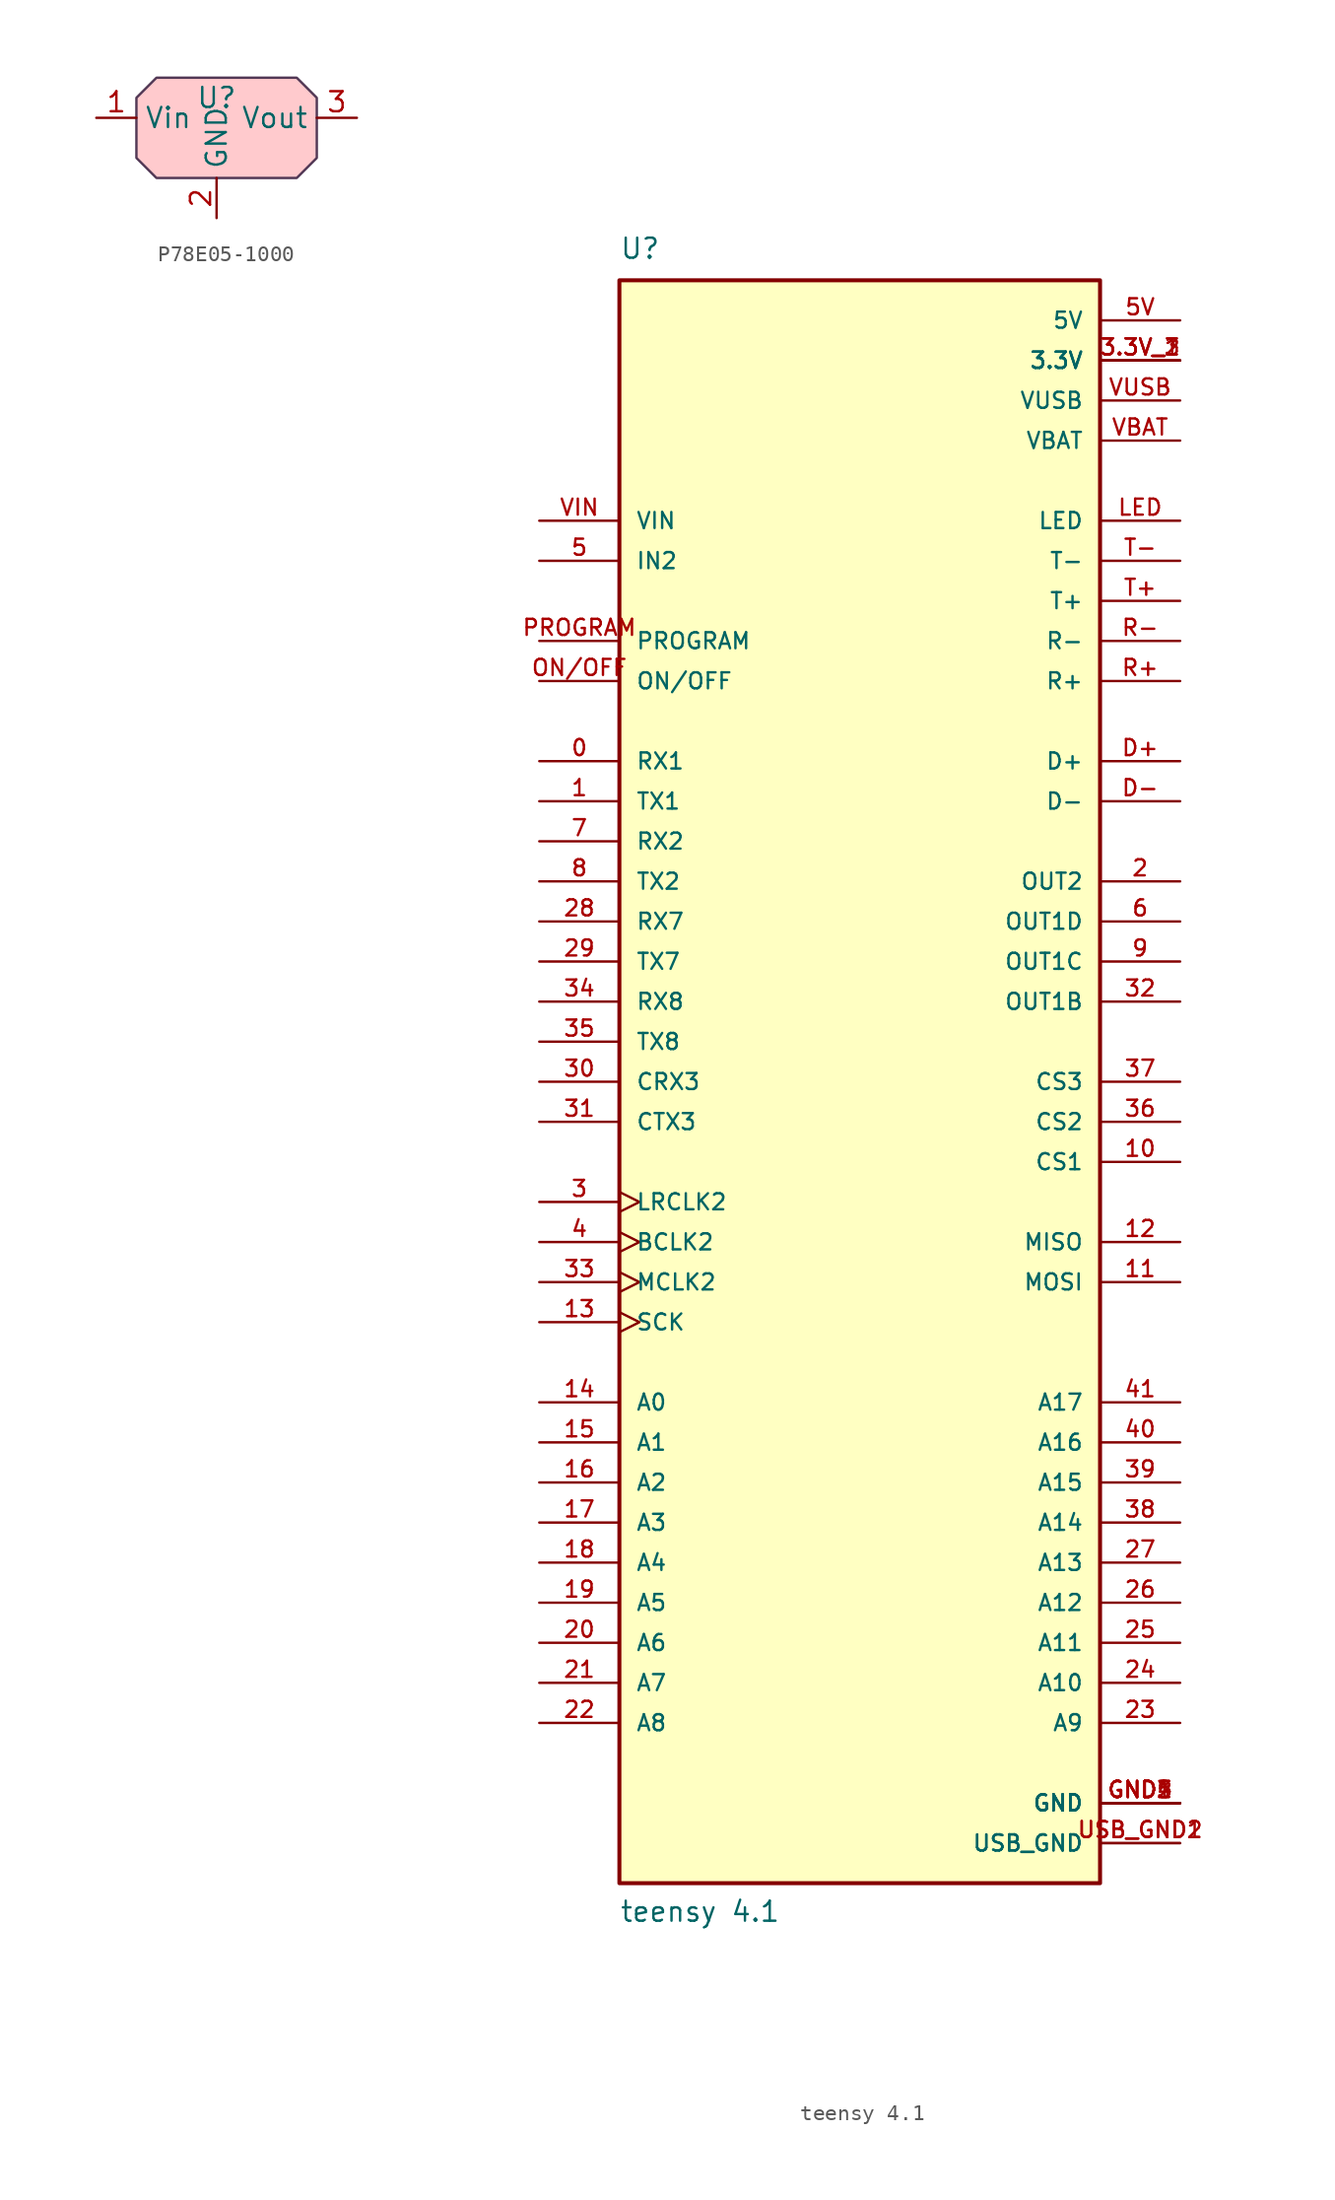
<source format=kicad_sym>
(kicad_symbol_lib
  (version 20220914)
  (generator kicad_symbol_editor)
  (symbol "P78E05-1000"
    (property "Reference" "U"
      (at 0 1.27 0)
      (effects (font (size 1.27 1.27))))
    (property "Value" ""
      (at -1.27 0 0)
      (effects (font (size 1.27 1.27))))
    (symbol "P78E05-1000_1_1"
      (polyline (pts (xy -5.08 0) (xy -5.08 -2.54) (xy -3.81 -3.81) (xy 5.08 -3.81) (xy 6.35 -2.54) (xy 6.35 1.27) (xy 5.08 2.54) (xy -3.81 2.54) (xy -5.08 1.27) (xy -5.08 0)) (stroke (width 0) (type default) (color 82 56 85 1)) (fill (type color) (color 255 157 163 0.54)))
      (pin input line (at -7.62 0 0) (length 2.54) (name "Vin" (effects (font (size 1.27 1.27)))) (number "1" (effects (font (size 1.27 1.27)))))
      (pin input line (at 0 -6.35 90) (length 2.54) (name "GND" (effects (font (size 1.27 1.27)))) (number "2" (effects (font (size 1.27 1.27)))))
      (pin input line (at 8.89 0 180) (length 2.54) (name "Vout" (effects (font (size 1.27 1.27)))) (number "3" (effects (font (size 1.27 1.27)))))))
  (symbol "teensy 4.1"
    (pin_names
      (offset 1.016))
    (property "Reference" "U"
      (at -15.24 52.07 0)
      (effects (font (size 1.27 1.27)) (justify left bottom)))
    (property "Value" "teensy 4.1"
      (at -15.24 -53.34 0)
      (effects (font (size 1.27 1.27)) (justify left bottom)))
    (symbol "teensy 4.1_0_0"
      (rectangle (start -15.24 -50.8) (end 15.24 50.8) (stroke (width 0.254) (type default)) (fill (type background)))
      (pin bidirectional line (at -20.32 20.32 0) (length 5.08) (name "RX1" (effects (font (size 1.016 1.016)))) (number "0" (effects (font (size 1.016 1.016)))))
      (pin bidirectional line (at -20.32 17.78 0) (length 5.08) (name "TX1" (effects (font (size 1.016 1.016)))) (number "1" (effects (font (size 1.016 1.016)))))
      (pin bidirectional line (at 20.32 -5.08 180) (length 5.08) (name "CS1" (effects (font (size 1.016 1.016)))) (number "10" (effects (font (size 1.016 1.016)))))
      (pin bidirectional line (at 20.32 -12.7 180) (length 5.08) (name "MOSI" (effects (font (size 1.016 1.016)))) (number "11" (effects (font (size 1.016 1.016)))))
      (pin bidirectional line (at 20.32 -10.16 180) (length 5.08) (name "MISO" (effects (font (size 1.016 1.016)))) (number "12" (effects (font (size 1.016 1.016)))))
      (pin bidirectional clock (at -20.32 -15.24 0) (length 5.08) (name "SCK" (effects (font (size 1.016 1.016)))) (number "13" (effects (font (size 1.016 1.016)))))
      (pin bidirectional line (at -20.32 -20.32 0) (length 5.08) (name "A0" (effects (font (size 1.016 1.016)))) (number "14" (effects (font (size 1.016 1.016)))))
      (pin bidirectional line (at -20.32 -22.86 0) (length 5.08) (name "A1" (effects (font (size 1.016 1.016)))) (number "15" (effects (font (size 1.016 1.016)))))
      (pin bidirectional line (at -20.32 -25.4 0) (length 5.08) (name "A2" (effects (font (size 1.016 1.016)))) (number "16" (effects (font (size 1.016 1.016)))))
      (pin bidirectional line (at -20.32 -27.94 0) (length 5.08) (name "A3" (effects (font (size 1.016 1.016)))) (number "17" (effects (font (size 1.016 1.016)))))
      (pin bidirectional line (at -20.32 -30.48 0) (length 5.08) (name "A4" (effects (font (size 1.016 1.016)))) (number "18" (effects (font (size 1.016 1.016)))))
      (pin bidirectional line (at -20.32 -33.02 0) (length 5.08) (name "A5" (effects (font (size 1.016 1.016)))) (number "19" (effects (font (size 1.016 1.016)))))
      (pin output line (at 20.32 12.7 180) (length 5.08) (name "OUT2" (effects (font (size 1.016 1.016)))) (number "2" (effects (font (size 1.016 1.016)))))
      (pin bidirectional line (at -20.32 -35.56 0) (length 5.08) (name "A6" (effects (font (size 1.016 1.016)))) (number "20" (effects (font (size 1.016 1.016)))))
      (pin bidirectional line (at -20.32 -38.1 0) (length 5.08) (name "A7" (effects (font (size 1.016 1.016)))) (number "21" (effects (font (size 1.016 1.016)))))
      (pin bidirectional line (at -20.32 -40.64 0) (length 5.08) (name "A8" (effects (font (size 1.016 1.016)))) (number "22" (effects (font (size 1.016 1.016)))))
      (pin bidirectional line (at 20.32 -40.64 180) (length 5.08) (name "A9" (effects (font (size 1.016 1.016)))) (number "23" (effects (font (size 1.016 1.016)))))
      (pin bidirectional line (at 20.32 -38.1 180) (length 5.08) (name "A10" (effects (font (size 1.016 1.016)))) (number "24" (effects (font (size 1.016 1.016)))))
      (pin bidirectional line (at 20.32 -35.56 180) (length 5.08) (name "A11" (effects (font (size 1.016 1.016)))) (number "25" (effects (font (size 1.016 1.016)))))
      (pin bidirectional line (at 20.32 -33.02 180) (length 5.08) (name "A12" (effects (font (size 1.016 1.016)))) (number "26" (effects (font (size 1.016 1.016)))))
      (pin bidirectional line (at 20.32 -30.48 180) (length 5.08) (name "A13" (effects (font (size 1.016 1.016)))) (number "27" (effects (font (size 1.016 1.016)))))
      (pin bidirectional line (at -20.32 10.16 0) (length 5.08) (name "RX7" (effects (font (size 1.016 1.016)))) (number "28" (effects (font (size 1.016 1.016)))))
      (pin bidirectional line (at -20.32 7.62 0) (length 5.08) (name "TX7" (effects (font (size 1.016 1.016)))) (number "29" (effects (font (size 1.016 1.016)))))
      (pin bidirectional clock (at -20.32 -7.62 0) (length 5.08) (name "LRCLK2" (effects (font (size 1.016 1.016)))) (number "3" (effects (font (size 1.016 1.016)))))
      (pin power_in line (at 20.32 45.72 180) (length 5.08) (name "3.3V" (effects (font (size 1.016 1.016)))) (number "3.3V_1" (effects (font (size 1.016 1.016)))))
      (pin power_in line (at 20.32 45.72 180) (length 5.08) (name "3.3V" (effects (font (size 1.016 1.016)))) (number "3.3V_2" (effects (font (size 1.016 1.016)))))
      (pin power_in line (at 20.32 45.72 180) (length 5.08) (name "3.3V" (effects (font (size 1.016 1.016)))) (number "3.3V_3" (effects (font (size 1.016 1.016)))))
      (pin bidirectional line (at -20.32 0 0) (length 5.08) (name "CRX3" (effects (font (size 1.016 1.016)))) (number "30" (effects (font (size 1.016 1.016)))))
      (pin bidirectional line (at -20.32 -2.54 0) (length 5.08) (name "CTX3" (effects (font (size 1.016 1.016)))) (number "31" (effects (font (size 1.016 1.016)))))
      (pin output line (at 20.32 5.08 180) (length 5.08) (name "OUT1B" (effects (font (size 1.016 1.016)))) (number "32" (effects (font (size 1.016 1.016)))))
      (pin bidirectional clock (at -20.32 -12.7 0) (length 5.08) (name "MCLK2" (effects (font (size 1.016 1.016)))) (number "33" (effects (font (size 1.016 1.016)))))
      (pin bidirectional line (at -20.32 5.08 0) (length 5.08) (name "RX8" (effects (font (size 1.016 1.016)))) (number "34" (effects (font (size 1.016 1.016)))))
      (pin bidirectional line (at -20.32 2.54 0) (length 5.08) (name "TX8" (effects (font (size 1.016 1.016)))) (number "35" (effects (font (size 1.016 1.016)))))
      (pin bidirectional line (at 20.32 -2.54 180) (length 5.08) (name "CS2" (effects (font (size 1.016 1.016)))) (number "36" (effects (font (size 1.016 1.016)))))
      (pin bidirectional line (at 20.32 0 180) (length 5.08) (name "CS3" (effects (font (size 1.016 1.016)))) (number "37" (effects (font (size 1.016 1.016)))))
      (pin bidirectional line (at 20.32 -27.94 180) (length 5.08) (name "A14" (effects (font (size 1.016 1.016)))) (number "38" (effects (font (size 1.016 1.016)))))
      (pin bidirectional line (at 20.32 -25.4 180) (length 5.08) (name "A15" (effects (font (size 1.016 1.016)))) (number "39" (effects (font (size 1.016 1.016)))))
      (pin bidirectional clock (at -20.32 -10.16 0) (length 5.08) (name "BCLK2" (effects (font (size 1.016 1.016)))) (number "4" (effects (font (size 1.016 1.016)))))
      (pin bidirectional line (at 20.32 -22.86 180) (length 5.08) (name "A16" (effects (font (size 1.016 1.016)))) (number "40" (effects (font (size 1.016 1.016)))))
      (pin bidirectional line (at 20.32 -20.32 180) (length 5.08) (name "A17" (effects (font (size 1.016 1.016)))) (number "41" (effects (font (size 1.016 1.016)))))
      (pin bidirectional line (at -20.32 33.02 0) (length 5.08) (name "IN2" (effects (font (size 1.016 1.016)))) (number "5" (effects (font (size 1.016 1.016)))))
      (pin power_in line (at 20.32 48.26 180) (length 5.08) (name "5V" (effects (font (size 1.016 1.016)))) (number "5V" (effects (font (size 1.016 1.016)))))
      (pin output line (at 20.32 10.16 180) (length 5.08) (name "OUT1D" (effects (font (size 1.016 1.016)))) (number "6" (effects (font (size 1.016 1.016)))))
      (pin bidirectional line (at -20.32 15.24 0) (length 5.08) (name "RX2" (effects (font (size 1.016 1.016)))) (number "7" (effects (font (size 1.016 1.016)))))
      (pin bidirectional line (at -20.32 12.7 0) (length 5.08) (name "TX2" (effects (font (size 1.016 1.016)))) (number "8" (effects (font (size 1.016 1.016)))))
      (pin output line (at 20.32 7.62 180) (length 5.08) (name "OUT1C" (effects (font (size 1.016 1.016)))) (number "9" (effects (font (size 1.016 1.016)))))
      (pin bidirectional line (at 20.32 20.32 180) (length 5.08) (name "D+" (effects (font (size 1.016 1.016)))) (number "D+" (effects (font (size 1.016 1.016)))))
      (pin bidirectional line (at 20.32 17.78 180) (length 5.08) (name "D-" (effects (font (size 1.016 1.016)))) (number "D-" (effects (font (size 1.016 1.016)))))
      (pin power_in line (at 20.32 -45.72 180) (length 5.08) (name "GND" (effects (font (size 1.016 1.016)))) (number "GND1" (effects (font (size 1.016 1.016)))))
      (pin power_in line (at 20.32 -45.72 180) (length 5.08) (name "GND" (effects (font (size 1.016 1.016)))) (number "GND2" (effects (font (size 1.016 1.016)))))
      (pin power_in line (at 20.32 -45.72 180) (length 5.08) (name "GND" (effects (font (size 1.016 1.016)))) (number "GND3" (effects (font (size 1.016 1.016)))))
      (pin power_in line (at 20.32 -45.72 180) (length 5.08) (name "GND" (effects (font (size 1.016 1.016)))) (number "GND4" (effects (font (size 1.016 1.016)))))
      (pin power_in line (at 20.32 -45.72 180) (length 5.08) (name "GND" (effects (font (size 1.016 1.016)))) (number "GND5" (effects (font (size 1.016 1.016)))))
      (pin bidirectional line (at 20.32 35.56 180) (length 5.08) (name "LED" (effects (font (size 1.016 1.016)))) (number "LED" (effects (font (size 1.016 1.016)))))
      (pin bidirectional line (at -20.32 25.4 0) (length 5.08) (name "ON/OFF" (effects (font (size 1.016 1.016)))) (number "ON/OFF" (effects (font (size 1.016 1.016)))))
      (pin bidirectional line (at -20.32 27.94 0) (length 5.08) (name "PROGRAM" (effects (font (size 1.016 1.016)))) (number "PROGRAM" (effects (font (size 1.016 1.016)))))
      (pin bidirectional line (at 20.32 25.4 180) (length 5.08) (name "R+" (effects (font (size 1.016 1.016)))) (number "R+" (effects (font (size 1.016 1.016)))))
      (pin bidirectional line (at 20.32 27.94 180) (length 5.08) (name "R-" (effects (font (size 1.016 1.016)))) (number "R-" (effects (font (size 1.016 1.016)))))
      (pin bidirectional line (at 20.32 30.48 180) (length 5.08) (name "T+" (effects (font (size 1.016 1.016)))) (number "T+" (effects (font (size 1.016 1.016)))))
      (pin bidirectional line (at 20.32 33.02 180) (length 5.08) (name "T-" (effects (font (size 1.016 1.016)))) (number "T-" (effects (font (size 1.016 1.016)))))
      (pin power_in line (at 20.32 -48.26 180) (length 5.08) (name "USB_GND" (effects (font (size 1.016 1.016)))) (number "USB_GND1" (effects (font (size 1.016 1.016)))))
      (pin power_in line (at 20.32 -48.26 180) (length 5.08) (name "USB_GND" (effects (font (size 1.016 1.016)))) (number "USB_GND2" (effects (font (size 1.016 1.016)))))
      (pin passive line (at 20.32 40.64 180) (length 5.08) (name "VBAT" (effects (font (size 1.016 1.016)))) (number "VBAT" (effects (font (size 1.016 1.016)))))
      (pin input line (at -20.32 35.56 0) (length 5.08) (name "VIN" (effects (font (size 1.016 1.016)))) (number "VIN" (effects (font (size 1.016 1.016)))))
      (pin passive line (at 20.32 43.18 180) (length 5.08) (name "VUSB" (effects (font (size 1.016 1.016)))) (number "VUSB" (effects (font (size 1.016 1.016))))))))
</source>
